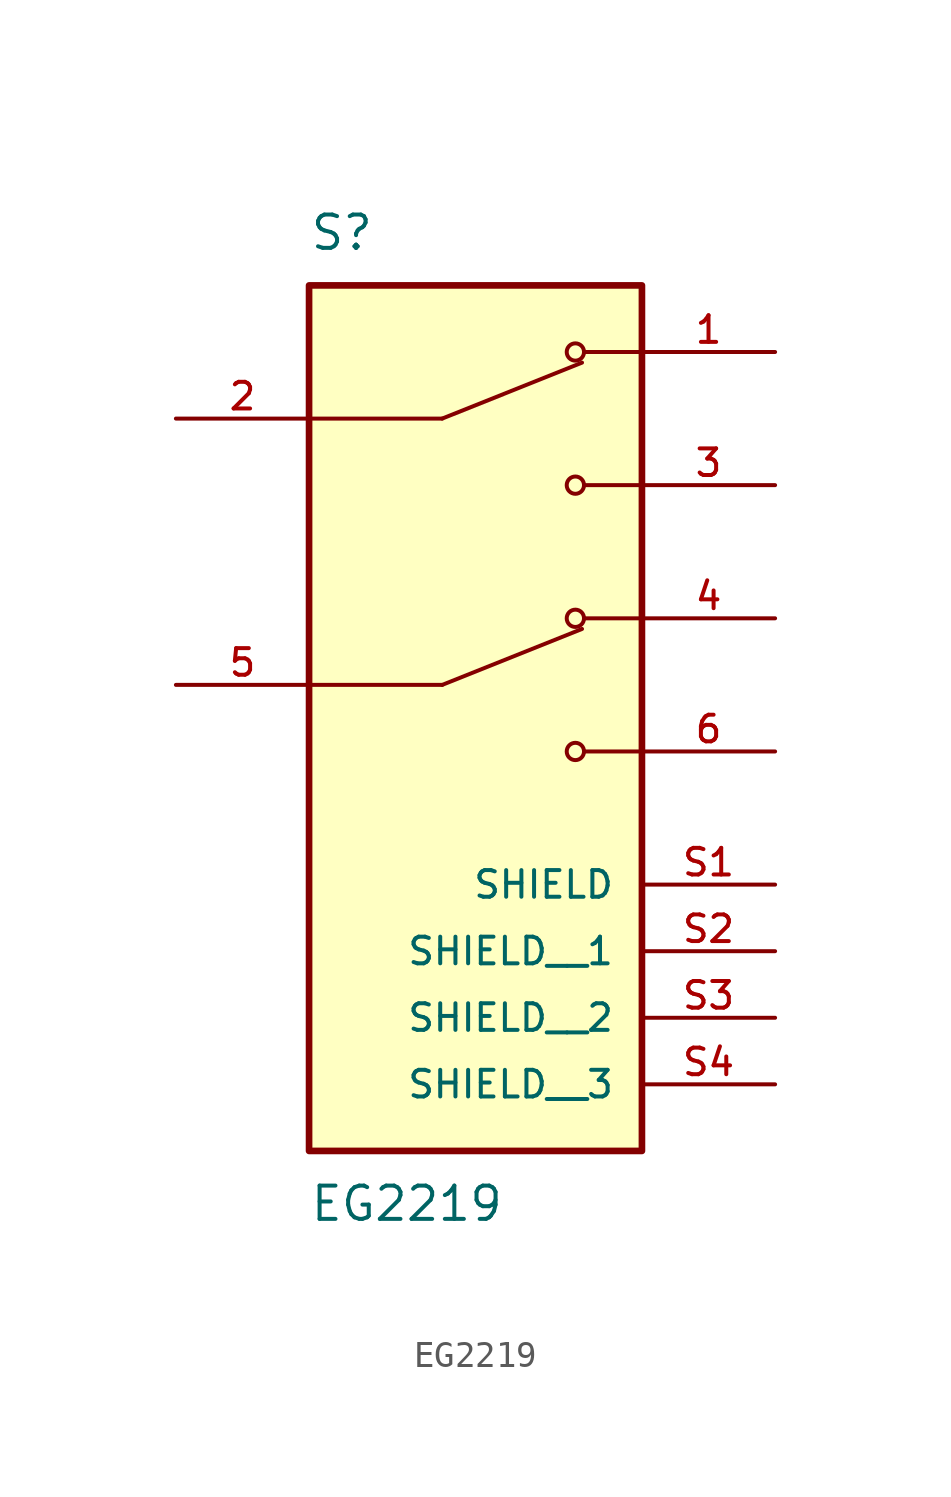
<source format=kicad_sym>
(kicad_symbol_lib
  (version 20211014)
  (generator kicad_symbol_editor)
  (symbol "EG2219"
    (pin_names
      (offset 1.016))
    (property "Reference" "S"
      (at -7.62 13.97 0)
      (effects (font (size 1.27 1.27)) (justify bottom left)))
    (property "Value" "EG2219"
      (at -7.62 -21.59 0)
      (effects (font (size 1.27 1.27)) (justify top left)))
    (symbol "EG2219_0_0"
      (polyline (pts (xy -2.54 7.62) (xy 2.794 9.754)) (stroke (width 0.152)))
      (circle (center 2.54 10.16) (radius 0.33) (stroke (width 0.152)) (fill (type none)))
      (circle (center 2.54 5.08) (radius 0.33) (stroke (width 0.152)) (fill (type none)))
      (polyline (pts (xy 5.08 5.08) (xy 2.921 5.08)) (stroke (width 0.152)))
      (polyline (pts (xy 5.08 10.16) (xy 2.921 10.16)) (stroke (width 0.152)))
      (polyline (pts (xy -2.54 7.62) (xy -7.62 7.62)) (stroke (width 0.152)))
      (polyline (pts (xy -2.54 -2.54) (xy 2.794 -0.406)) (stroke (width 0.152)))
      (circle (center 2.54 0.0) (radius 0.33) (stroke (width 0.152)) (fill (type none)))
      (circle (center 2.54 -5.08) (radius 0.33) (stroke (width 0.152)) (fill (type none)))
      (polyline (pts (xy 5.08 -5.08) (xy 2.921 -5.08)) (stroke (width 0.152)))
      (polyline (pts (xy 5.08 0.0) (xy 2.921 0.0)) (stroke (width 0.152)))
      (polyline (pts (xy -2.54 -2.54) (xy -7.62 -2.54)) (stroke (width 0.152)))
      (rectangle (start -7.62 -20.32) (end 5.08 12.7) (stroke (width 0.254)) (fill (type background)))
      (pin passive line (at 10.16 10.16 180.0) (length 5.08) (name "~" (effects (font (size 1.016 1.016)))) (number "1" (effects (font (size 1.016 1.016)))))
      (pin passive line (at -12.7 7.62 0) (length 5.08) (name "~" (effects (font (size 1.016 1.016)))) (number "2" (effects (font (size 1.016 1.016)))))
      (pin passive line (at 10.16 5.08 180.0) (length 5.08) (name "~" (effects (font (size 1.016 1.016)))) (number "3" (effects (font (size 1.016 1.016)))))
      (pin passive line (at 10.16 0.0 180.0) (length 5.08) (name "~" (effects (font (size 1.016 1.016)))) (number "4" (effects (font (size 1.016 1.016)))))
      (pin passive line (at -12.7 -2.54 0) (length 5.08) (name "~" (effects (font (size 1.016 1.016)))) (number "5" (effects (font (size 1.016 1.016)))))
      (pin passive line (at 10.16 -5.08 180.0) (length 5.08) (name "~" (effects (font (size 1.016 1.016)))) (number "6" (effects (font (size 1.016 1.016)))))
      (pin passive line (at 10.16 -10.16 180.0) (length 5.08) (name "SHIELD" (effects (font (size 1.016 1.016)))) (number "S1" (effects (font (size 1.016 1.016)))))
      (pin passive line (at 10.16 -12.7 180.0) (length 5.08) (name "SHIELD__1" (effects (font (size 1.016 1.016)))) (number "S2" (effects (font (size 1.016 1.016)))))
      (pin passive line (at 10.16 -15.24 180.0) (length 5.08) (name "SHIELD__2" (effects (font (size 1.016 1.016)))) (number "S3" (effects (font (size 1.016 1.016)))))
      (pin passive line (at 10.16 -17.78 180.0) (length 5.08) (name "SHIELD__3" (effects (font (size 1.016 1.016)))) (number "S4" (effects (font (size 1.016 1.016))))))))
</source>
